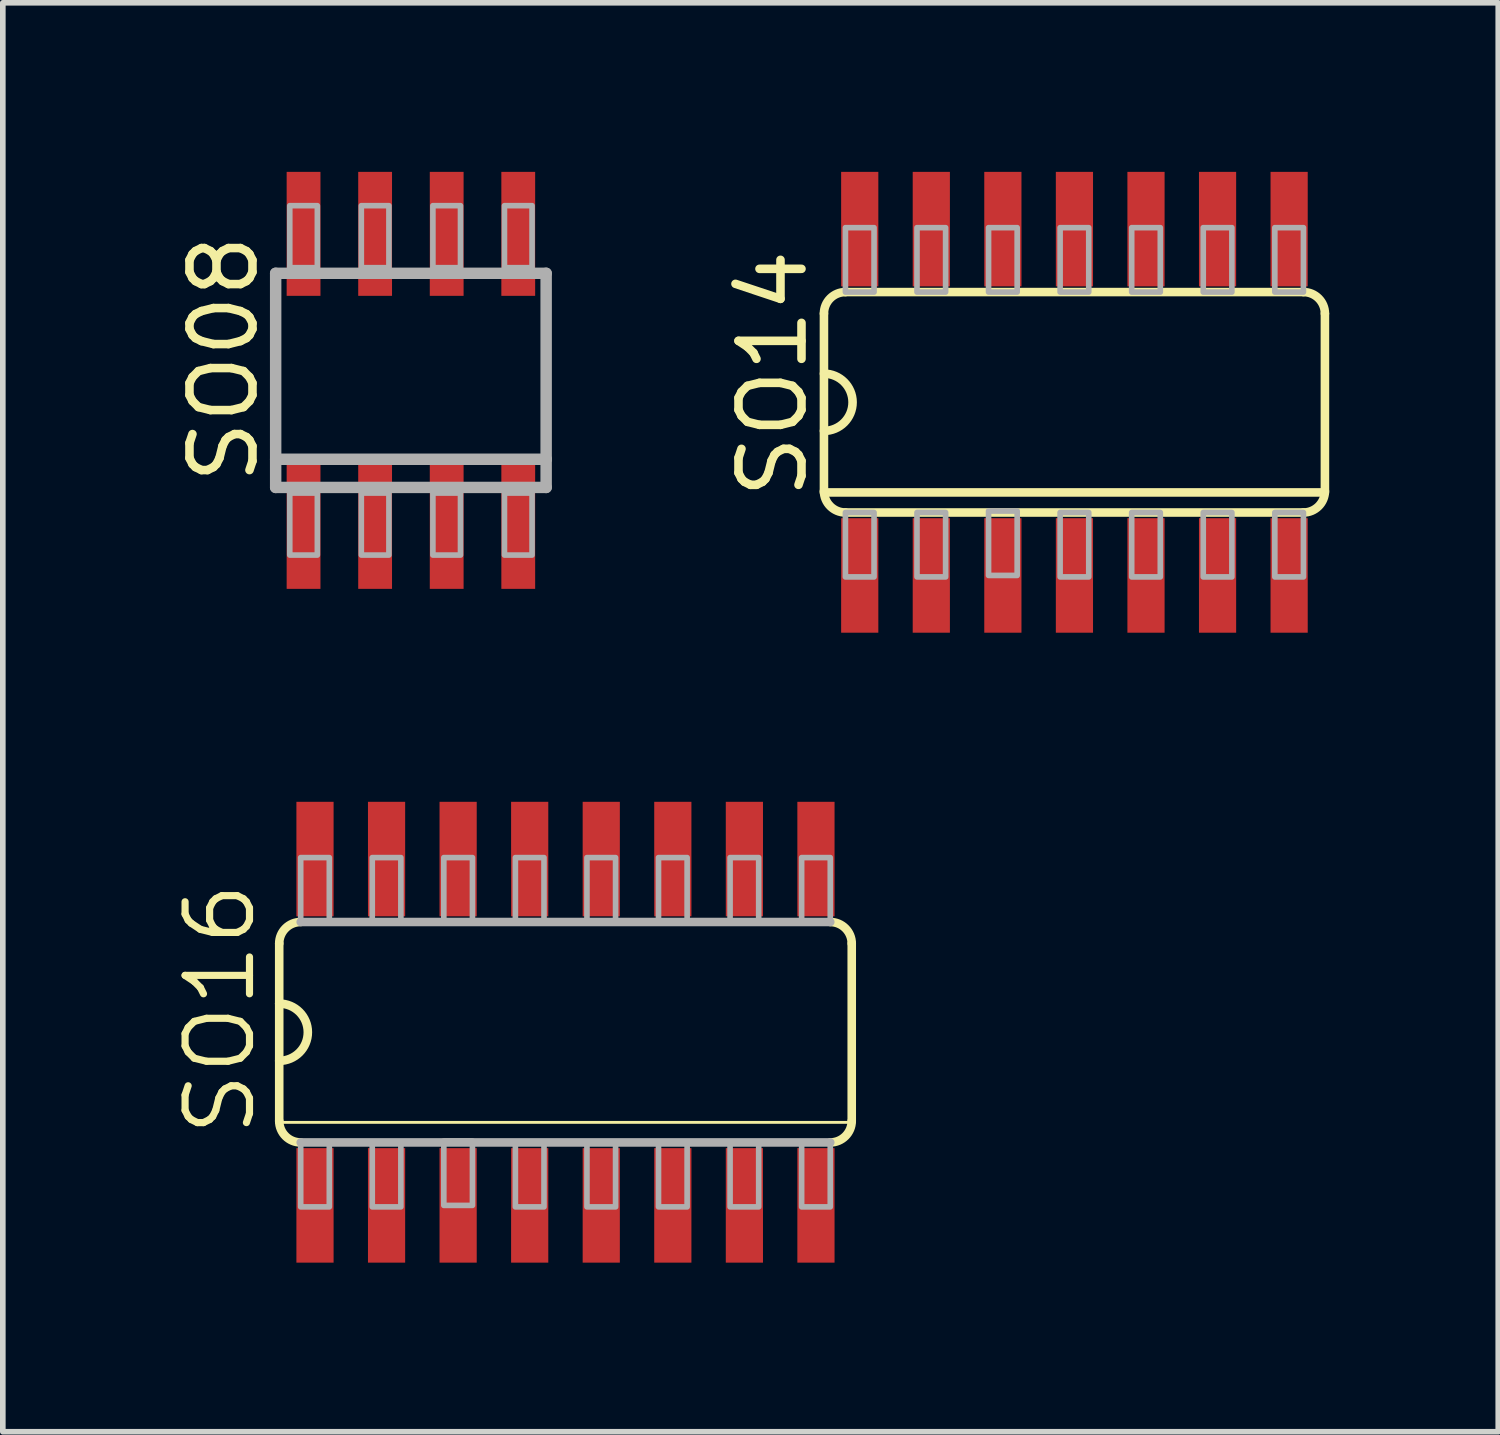
<source format=kicad_pcb>
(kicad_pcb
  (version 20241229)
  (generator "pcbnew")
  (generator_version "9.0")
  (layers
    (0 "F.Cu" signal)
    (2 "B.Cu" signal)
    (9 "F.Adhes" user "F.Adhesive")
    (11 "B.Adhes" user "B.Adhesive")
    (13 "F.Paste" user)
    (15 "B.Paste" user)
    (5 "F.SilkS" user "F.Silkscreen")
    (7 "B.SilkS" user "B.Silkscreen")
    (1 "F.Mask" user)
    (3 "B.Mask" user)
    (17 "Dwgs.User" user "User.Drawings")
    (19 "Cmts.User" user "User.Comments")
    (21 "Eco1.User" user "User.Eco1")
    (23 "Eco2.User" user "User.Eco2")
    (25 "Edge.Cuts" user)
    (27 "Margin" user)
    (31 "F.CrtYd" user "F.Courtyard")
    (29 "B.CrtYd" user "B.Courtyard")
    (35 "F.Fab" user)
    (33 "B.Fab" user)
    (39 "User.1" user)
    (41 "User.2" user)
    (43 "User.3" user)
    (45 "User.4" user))
  (footprint "SO16"
    (layer "F.Cu")
    (at 6.985 15.268)
    (property "Reference" "SO16" (at -5.461 1.905 90) (layer "F.SilkS") (effects (font (size 1.143 1.143) (thickness 0.127)) (justify left bottom)))
    (fp_line (start -5.08 -1.575) (end -5.08 -0.508) (stroke (width 0.152) (type solid)) (layer "F.SilkS"))
    (fp_line (start -5.08 -0.508) (end -5.08 0.508) (stroke (width 0.152) (type solid)) (layer "F.SilkS"))
    (fp_line (start -5.08 0.508) (end -5.08 1.575) (stroke (width 0.152) (type solid)) (layer "F.SilkS"))
    (fp_line (start -5.08 1.6) (end 5.08 1.6) (stroke (width 0.051) (type solid)) (layer "F.SilkS"))
    (fp_line (start 5.08 1.575) (end 5.08 -1.575) (stroke (width 0.152) (type solid)) (layer "F.SilkS"))
    (fp_arc (start -5.08 -1.5748) (mid -4.968408 -1.844208) (end -4.699 -1.9558) (stroke (width 0.1524) (type solid)) (layer "F.SilkS"))
    (fp_arc (start -5.08 -0.508) (mid -4.572 0) (end -5.08 0.508) (stroke (width 0.1524) (type solid)) (layer "F.SilkS"))
    (fp_arc (start -4.699 1.9558) (mid -4.968408 1.844208) (end -5.08 1.5748) (stroke (width 0.1524) (type solid)) (layer "F.SilkS"))
    (fp_arc (start 4.699 -1.9558) (mid 4.968408 -1.844208) (end 5.08 -1.5748) (stroke (width 0.1524) (type solid)) (layer "F.SilkS"))
    (fp_arc (start 5.08 1.5748) (mid 4.968408 1.844208) (end 4.699 1.9558) (stroke (width 0.1524) (type solid)) (layer "F.SilkS"))
    (fp_line (start -4.699 1.956) (end 4.699 1.956) (stroke (width 0.152) (type solid)) (layer "F.Fab"))
    (fp_line (start 4.699 -1.956) (end -4.699 -1.956) (stroke (width 0.152) (type solid)) (layer "F.Fab"))
    (fp_poly (pts (xy -4.699 -1.956) (xy -4.191 -1.956) (xy -4.191 -3.099) (xy -4.699 -3.099)) (stroke (width 0.1) (type solid)) (fill no) (layer "F.Fab"))
    (fp_poly (pts (xy -4.699 3.099) (xy -4.191 3.099) (xy -4.191 1.956) (xy -4.699 1.956)) (stroke (width 0.1) (type solid)) (fill no) (layer "F.Fab"))
    (fp_poly (pts (xy -3.429 -1.956) (xy -2.921 -1.956) (xy -2.921 -3.099) (xy -3.429 -3.099)) (stroke (width 0.1) (type solid)) (fill no) (layer "F.Fab"))
    (fp_poly (pts (xy -3.429 3.099) (xy -2.921 3.099) (xy -2.921 1.956) (xy -3.429 1.956)) (stroke (width 0.1) (type solid)) (fill no) (layer "F.Fab"))
    (fp_poly (pts (xy -2.159 -1.956) (xy -1.651 -1.956) (xy -1.651 -3.099) (xy -2.159 -3.099)) (stroke (width 0.1) (type solid)) (fill no) (layer "F.Fab"))
    (fp_poly (pts (xy -2.159 3.073) (xy -1.651 3.073) (xy -1.651 1.93) (xy -2.159 1.93)) (stroke (width 0.1) (type solid)) (fill no) (layer "F.Fab"))
    (fp_poly (pts (xy -0.889 -1.956) (xy -0.381 -1.956) (xy -0.381 -3.099) (xy -0.889 -3.099)) (stroke (width 0.1) (type solid)) (fill no) (layer "F.Fab"))
    (fp_poly (pts (xy -0.889 3.099) (xy -0.381 3.099) (xy -0.381 1.956) (xy -0.889 1.956)) (stroke (width 0.1) (type solid)) (fill no) (layer "F.Fab"))
    (fp_poly (pts (xy 0.381 -1.956) (xy 0.889 -1.956) (xy 0.889 -3.099) (xy 0.381 -3.099)) (stroke (width 0.1) (type solid)) (fill no) (layer "F.Fab"))
    (fp_poly (pts (xy 0.381 3.099) (xy 0.889 3.099) (xy 0.889 1.956) (xy 0.381 1.956)) (stroke (width 0.1) (type solid)) (fill no) (layer "F.Fab"))
    (fp_poly (pts (xy 1.651 -1.956) (xy 2.159 -1.956) (xy 2.159 -3.099) (xy 1.651 -3.099)) (stroke (width 0.1) (type solid)) (fill no) (layer "F.Fab"))
    (fp_poly (pts (xy 1.651 3.099) (xy 2.159 3.099) (xy 2.159 1.956) (xy 1.651 1.956)) (stroke (width 0.1) (type solid)) (fill no) (layer "F.Fab"))
    (fp_poly (pts (xy 2.921 -1.956) (xy 3.429 -1.956) (xy 3.429 -3.099) (xy 2.921 -3.099)) (stroke (width 0.1) (type solid)) (fill no) (layer "F.Fab"))
    (fp_poly (pts (xy 2.921 3.099) (xy 3.429 3.099) (xy 3.429 1.956) (xy 2.921 1.956)) (stroke (width 0.1) (type solid)) (fill no) (layer "F.Fab"))
    (fp_poly (pts (xy 4.191 -1.956) (xy 4.699 -1.956) (xy 4.699 -3.099) (xy 4.191 -3.099)) (stroke (width 0.1) (type solid)) (fill no) (layer "F.Fab"))
    (fp_poly (pts (xy 4.191 3.099) (xy 4.699 3.099) (xy 4.699 1.956) (xy 4.191 1.956)) (stroke (width 0.1) (type solid)) (fill no) (layer "F.Fab"))
    (pad "1" smd rect (at -4.445 3.073) (size 0.66 2.032) (layers "F.Cu" "F.Mask" "F.Paste"))
    (pad "2" smd rect (at -3.175 3.073) (size 0.66 2.032) (layers "F.Cu" "F.Mask" "F.Paste"))
    (pad "3" smd rect (at -1.905 3.073) (size 0.66 2.032) (layers "F.Cu" "F.Mask" "F.Paste"))
    (pad "4" smd rect (at -0.635 3.073) (size 0.66 2.032) (layers "F.Cu" "F.Mask" "F.Paste"))
    (pad "5" smd rect (at 0.635 3.073) (size 0.66 2.032) (layers "F.Cu" "F.Mask" "F.Paste"))
    (pad "6" smd rect (at 1.905 3.073) (size 0.66 2.032) (layers "F.Cu" "F.Mask" "F.Paste"))
    (pad "7" smd rect (at 3.175 3.073) (size 0.66 2.032) (layers "F.Cu" "F.Mask" "F.Paste"))
    (pad "8" smd rect (at 4.445 3.073) (size 0.66 2.032) (layers "F.Cu" "F.Mask" "F.Paste"))
    (pad "9" smd rect (at 4.445 -3.073) (size 0.66 2.032) (layers "F.Cu" "F.Mask" "F.Paste"))
    (pad "10" smd rect (at 3.175 -3.073) (size 0.66 2.032) (layers "F.Cu" "F.Mask" "F.Paste"))
    (pad "11" smd rect (at 1.905 -3.073) (size 0.66 2.032) (layers "F.Cu" "F.Mask" "F.Paste"))
    (pad "12" smd rect (at 0.635 -3.073) (size 0.66 2.032) (layers "F.Cu" "F.Mask" "F.Paste"))
    (pad "13" smd rect (at -0.635 -3.073) (size 0.66 2.032) (layers "F.Cu" "F.Mask" "F.Paste"))
    (pad "14" smd rect (at -1.905 -3.073) (size 0.66 2.032) (layers "F.Cu" "F.Mask" "F.Paste"))
    (pad "15" smd rect (at -3.175 -3.073) (size 0.66 2.032) (layers "F.Cu" "F.Mask" "F.Paste"))
    (pad "16" smd rect (at -4.445 -3.073) (size 0.66 2.032) (layers "F.Cu" "F.Mask" "F.Paste")))
  (footprint "SO14"
    (layer "F.Cu")
    (at 16.017 4.089)
    (property "Reference" "SO14" (at -4.699 1.778 90) (layer "F.SilkS") (effects (font (size 1.118 1.118) (thickness 0.152)) (justify left bottom)))
    (fp_line (start -4.445 -1.575) (end -4.445 1.575) (stroke (width 0.152) (type solid)) (layer "F.SilkS"))
    (fp_line (start -4.445 1.6) (end 4.445 1.6) (stroke (width 0.152) (type solid)) (layer "F.SilkS"))
    (fp_line (start -4.064 1.956) (end 4.064 1.956) (stroke (width 0.152) (type solid)) (layer "F.SilkS"))
    (fp_line (start 4.064 -1.956) (end -4.064 -1.956) (stroke (width 0.152) (type solid)) (layer "F.SilkS"))
    (fp_line (start 4.445 1.575) (end 4.445 -1.575) (stroke (width 0.152) (type solid)) (layer "F.SilkS"))
    (fp_arc (start -4.445 -1.5748) (mid -4.333408 -1.844208) (end -4.064 -1.9558) (stroke (width 0.1524) (type solid)) (layer "F.SilkS"))
    (fp_arc (start -4.445 -0.508) (mid -3.937 0) (end -4.445 0.508) (stroke (width 0.1524) (type solid)) (layer "F.SilkS"))
    (fp_arc (start -4.064 1.9558) (mid -4.333408 1.844208) (end -4.445 1.5748) (stroke (width 0.1524) (type solid)) (layer "F.SilkS"))
    (fp_arc (start 4.064 -1.9558) (mid 4.333408 -1.844208) (end 4.445 -1.5748) (stroke (width 0.1524) (type solid)) (layer "F.SilkS"))
    (fp_arc (start 4.445 1.5748) (mid 4.333408 1.844208) (end 4.064 1.9558) (stroke (width 0.1524) (type solid)) (layer "F.SilkS"))
    (fp_poly (pts (xy -4.064 -1.956) (xy -3.556 -1.956) (xy -3.556 -3.099) (xy -4.064 -3.099)) (stroke (width 0.1) (type solid)) (fill no) (layer "F.Fab"))
    (fp_poly (pts (xy -4.064 3.099) (xy -3.556 3.099) (xy -3.556 1.956) (xy -4.064 1.956)) (stroke (width 0.1) (type solid)) (fill no) (layer "F.Fab"))
    (fp_poly (pts (xy -2.794 -1.956) (xy -2.286 -1.956) (xy -2.286 -3.099) (xy -2.794 -3.099)) (stroke (width 0.1) (type solid)) (fill no) (layer "F.Fab"))
    (fp_poly (pts (xy -2.794 3.099) (xy -2.286 3.099) (xy -2.286 1.956) (xy -2.794 1.956)) (stroke (width 0.1) (type solid)) (fill no) (layer "F.Fab"))
    (fp_poly (pts (xy -1.524 -1.956) (xy -1.016 -1.956) (xy -1.016 -3.099) (xy -1.524 -3.099)) (stroke (width 0.1) (type solid)) (fill no) (layer "F.Fab"))
    (fp_poly (pts (xy -1.524 3.073) (xy -1.016 3.073) (xy -1.016 1.93) (xy -1.524 1.93)) (stroke (width 0.1) (type solid)) (fill no) (layer "F.Fab"))
    (fp_poly (pts (xy -0.254 -1.956) (xy 0.254 -1.956) (xy 0.254 -3.099) (xy -0.254 -3.099)) (stroke (width 0.1) (type solid)) (fill no) (layer "F.Fab"))
    (fp_poly (pts (xy -0.254 3.099) (xy 0.254 3.099) (xy 0.254 1.956) (xy -0.254 1.956)) (stroke (width 0.1) (type solid)) (fill no) (layer "F.Fab"))
    (fp_poly (pts (xy 1.016 -1.956) (xy 1.524 -1.956) (xy 1.524 -3.099) (xy 1.016 -3.099)) (stroke (width 0.1) (type solid)) (fill no) (layer "F.Fab"))
    (fp_poly (pts (xy 1.016 3.099) (xy 1.524 3.099) (xy 1.524 1.956) (xy 1.016 1.956)) (stroke (width 0.1) (type solid)) (fill no) (layer "F.Fab"))
    (fp_poly (pts (xy 2.286 -1.956) (xy 2.794 -1.956) (xy 2.794 -3.099) (xy 2.286 -3.099)) (stroke (width 0.1) (type solid)) (fill no) (layer "F.Fab"))
    (fp_poly (pts (xy 2.286 3.099) (xy 2.794 3.099) (xy 2.794 1.956) (xy 2.286 1.956)) (stroke (width 0.1) (type solid)) (fill no) (layer "F.Fab"))
    (fp_poly (pts (xy 3.556 -1.956) (xy 4.064 -1.956) (xy 4.064 -3.099) (xy 3.556 -3.099)) (stroke (width 0.1) (type solid)) (fill no) (layer "F.Fab"))
    (fp_poly (pts (xy 3.556 3.099) (xy 4.064 3.099) (xy 4.064 1.956) (xy 3.556 1.956)) (stroke (width 0.1) (type solid)) (fill no) (layer "F.Fab"))
    (pad "1" smd rect (at -3.81 3.073) (size 0.66 2.032) (layers "F.Cu" "F.Mask" "F.Paste"))
    (pad "2" smd rect (at -2.54 3.073) (size 0.66 2.032) (layers "F.Cu" "F.Mask" "F.Paste"))
    (pad "3" smd rect (at -1.27 3.073) (size 0.66 2.032) (layers "F.Cu" "F.Mask" "F.Paste"))
    (pad "4" smd rect (at 0 3.073) (size 0.66 2.032) (layers "F.Cu" "F.Mask" "F.Paste"))
    (pad "5" smd rect (at 1.27 3.073) (size 0.66 2.032) (layers "F.Cu" "F.Mask" "F.Paste"))
    (pad "6" smd rect (at 2.54 3.073) (size 0.66 2.032) (layers "F.Cu" "F.Mask" "F.Paste"))
    (pad "7" smd rect (at 3.81 3.073) (size 0.66 2.032) (layers "F.Cu" "F.Mask" "F.Paste"))
    (pad "8" smd rect (at 3.81 -3.073) (size 0.66 2.032) (layers "F.Cu" "F.Mask" "F.Paste"))
    (pad "9" smd rect (at 2.54 -3.073) (size 0.66 2.032) (layers "F.Cu" "F.Mask" "F.Paste"))
    (pad "10" smd rect (at 1.27 -3.073) (size 0.66 2.032) (layers "F.Cu" "F.Mask" "F.Paste"))
    (pad "11" smd rect (at 0 -3.073) (size 0.66 2.032) (layers "F.Cu" "F.Mask" "F.Paste"))
    (pad "12" smd rect (at -1.27 -3.073) (size 0.66 2.032) (layers "F.Cu" "F.Mask" "F.Paste"))
    (pad "13" smd rect (at -2.54 -3.073) (size 0.66 2.032) (layers "F.Cu" "F.Mask" "F.Paste"))
    (pad "14" smd rect (at -3.81 -3.073) (size 0.66 2.032) (layers "F.Cu" "F.Mask" "F.Paste")))
  (footprint "SO08"
    (layer "F.Cu")
    (at 4.242 3.7)
    (property "Reference" "SO08" (at -2.667 1.905 90) (layer "F.SilkS") (effects (font (size 1.118 1.118) (thickness 0.152)) (justify left bottom)))
    (fp_line (start -2.4 -1.9) (end 2.4 -1.9) (stroke (width 0.203) (type solid)) (layer "F.Fab"))
    (fp_line (start -2.4 1.4) (end -2.4 -1.9) (stroke (width 0.203) (type solid)) (layer "F.Fab"))
    (fp_line (start -2.4 1.9) (end -2.4 1.4) (stroke (width 0.203) (type solid)) (layer "F.Fab"))
    (fp_line (start 2.4 -1.9) (end 2.4 1.4) (stroke (width 0.203) (type solid)) (layer "F.Fab"))
    (fp_line (start 2.4 1.4) (end -2.4 1.4) (stroke (width 0.203) (type solid)) (layer "F.Fab"))
    (fp_line (start 2.4 1.4) (end 2.4 1.9) (stroke (width 0.203) (type solid)) (layer "F.Fab"))
    (fp_line (start 2.4 1.9) (end -2.4 1.9) (stroke (width 0.203) (type solid)) (layer "F.Fab"))
    (fp_poly (pts (xy -2.15 -2) (xy -1.66 -2) (xy -1.66 -3.1) (xy -2.15 -3.1)) (stroke (width 0.1) (type solid)) (fill no) (layer "F.Fab"))
    (fp_poly (pts (xy -2.15 3.1) (xy -1.66 3.1) (xy -1.66 2) (xy -2.15 2)) (stroke (width 0.1) (type solid)) (fill no) (layer "F.Fab"))
    (fp_poly (pts (xy -0.88 -2) (xy -0.39 -2) (xy -0.39 -3.1) (xy -0.88 -3.1)) (stroke (width 0.1) (type solid)) (fill no) (layer "F.Fab"))
    (fp_poly (pts (xy -0.88 3.1) (xy -0.39 3.1) (xy -0.39 2) (xy -0.88 2)) (stroke (width 0.1) (type solid)) (fill no) (layer "F.Fab"))
    (fp_poly (pts (xy 0.39 -2) (xy 0.88 -2) (xy 0.88 -3.1) (xy 0.39 -3.1)) (stroke (width 0.1) (type solid)) (fill no) (layer "F.Fab"))
    (fp_poly (pts (xy 0.39 3.1) (xy 0.88 3.1) (xy 0.88 2) (xy 0.39 2)) (stroke (width 0.1) (type solid)) (fill no) (layer "F.Fab"))
    (fp_poly (pts (xy 1.66 -2) (xy 2.15 -2) (xy 2.15 -3.1) (xy 1.66 -3.1)) (stroke (width 0.1) (type solid)) (fill no) (layer "F.Fab"))
    (fp_poly (pts (xy 1.66 3.1) (xy 2.15 3.1) (xy 2.15 2) (xy 1.66 2)) (stroke (width 0.1) (type solid)) (fill no) (layer "F.Fab"))
    (pad "1" smd rect (at -1.905 2.6) (size 0.6 2.2) (layers "F.Cu" "F.Mask" "F.Paste"))
    (pad "2" smd rect (at -0.635 2.6) (size 0.6 2.2) (layers "F.Cu" "F.Mask" "F.Paste"))
    (pad "3" smd rect (at 0.635 2.6) (size 0.6 2.2) (layers "F.Cu" "F.Mask" "F.Paste"))
    (pad "4" smd rect (at 1.905 2.6) (size 0.6 2.2) (layers "F.Cu" "F.Mask" "F.Paste"))
    (pad "5" smd rect (at 1.905 -2.6) (size 0.6 2.2) (layers "F.Cu" "F.Mask" "F.Paste"))
    (pad "6" smd rect (at 0.635 -2.6) (size 0.6 2.2) (layers "F.Cu" "F.Mask" "F.Paste"))
    (pad "7" smd rect (at -0.635 -2.6) (size 0.6 2.2) (layers "F.Cu" "F.Mask" "F.Paste"))
    (pad "8" smd rect (at -1.905 -2.6) (size 0.6 2.2) (layers "F.Cu" "F.Mask" "F.Paste")))
  (gr_rect
    (start -3 -3)
    (end 23.538 22.358)
    (stroke (width 0.1) (type default))
    (fill no)
    (layer "Edge.Cuts")))
</source>
